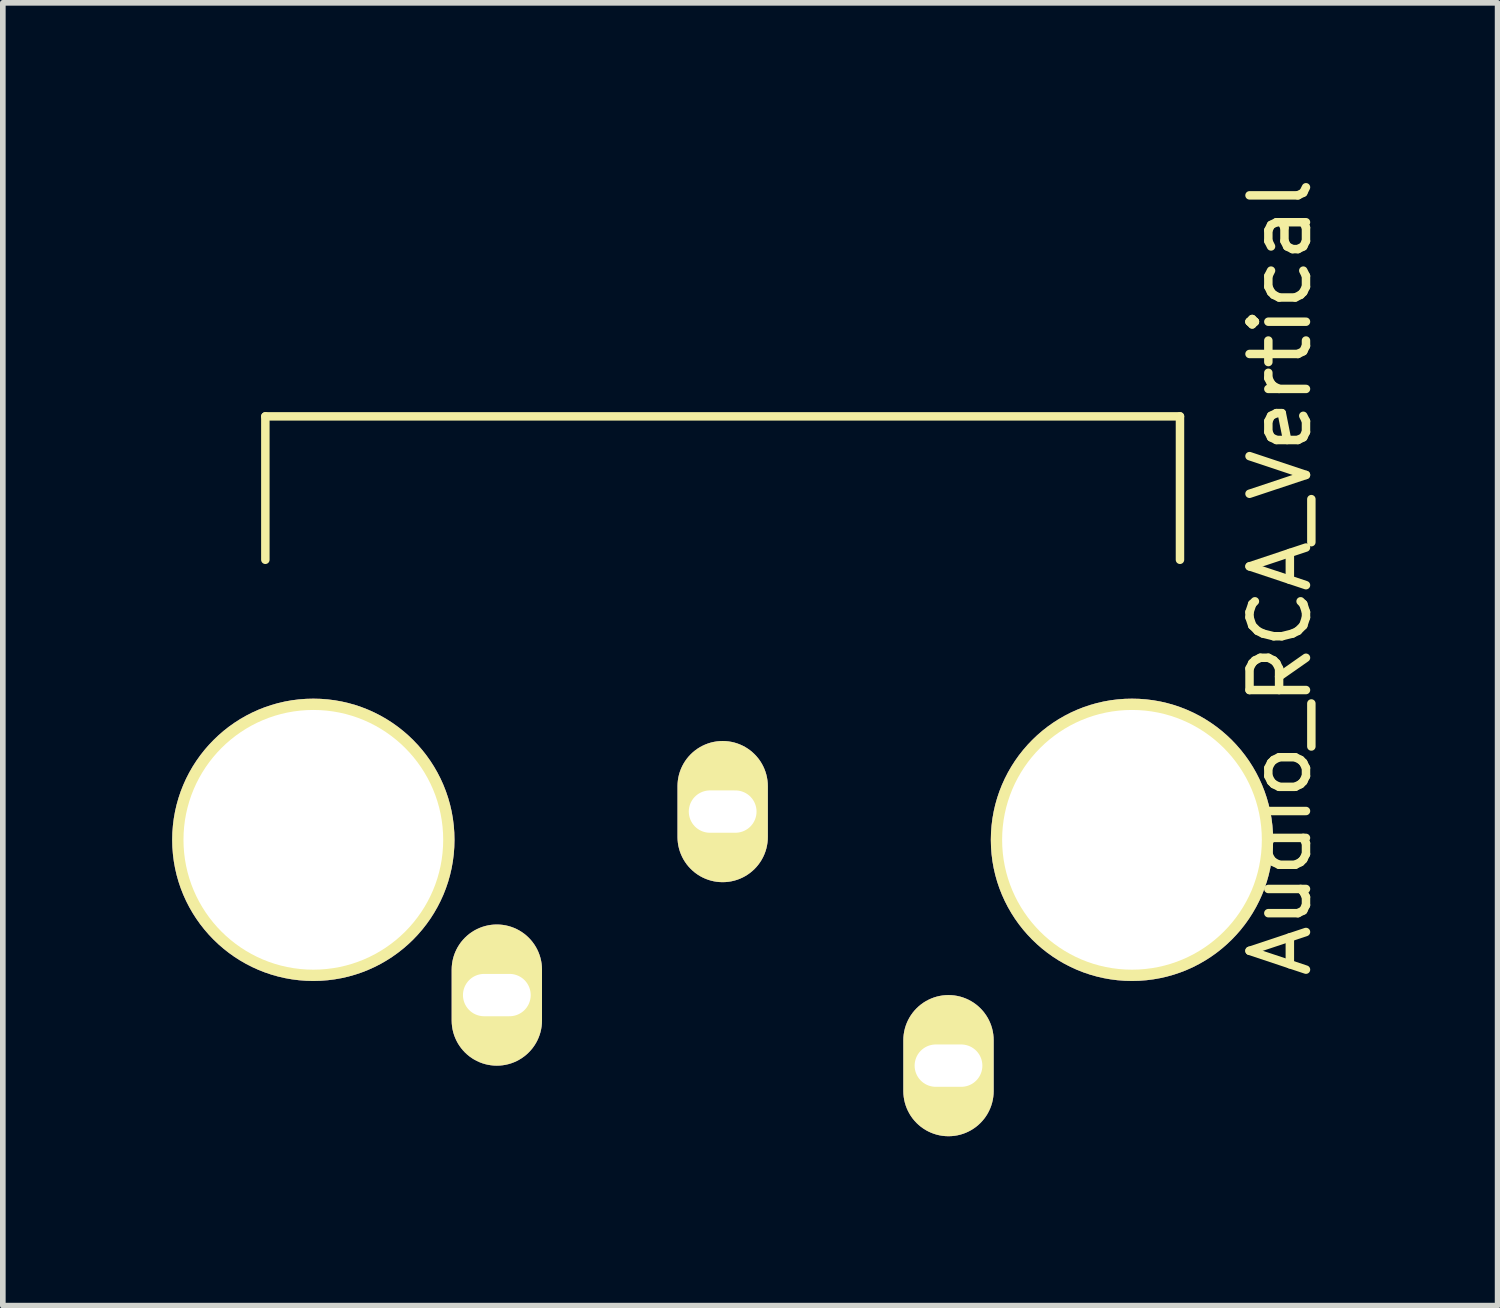
<source format=kicad_pcb>
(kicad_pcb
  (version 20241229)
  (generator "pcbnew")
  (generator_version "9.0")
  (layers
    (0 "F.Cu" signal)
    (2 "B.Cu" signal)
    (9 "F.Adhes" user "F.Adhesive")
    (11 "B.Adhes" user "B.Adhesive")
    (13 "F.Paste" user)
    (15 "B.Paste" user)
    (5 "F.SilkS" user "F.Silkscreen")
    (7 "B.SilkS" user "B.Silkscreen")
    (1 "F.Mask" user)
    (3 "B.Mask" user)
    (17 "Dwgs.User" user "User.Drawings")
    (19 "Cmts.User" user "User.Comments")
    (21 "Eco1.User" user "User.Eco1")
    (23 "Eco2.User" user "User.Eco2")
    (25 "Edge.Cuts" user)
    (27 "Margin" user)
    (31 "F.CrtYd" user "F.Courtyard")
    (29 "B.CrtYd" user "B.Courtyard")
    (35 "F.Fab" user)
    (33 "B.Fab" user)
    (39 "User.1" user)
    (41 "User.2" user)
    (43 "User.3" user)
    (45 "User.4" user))
  (footprint "Audio_RCA_Vertical"
    (layer "F.Cu")
    (at 1.65 4.325)
    (property "Reference" "Audio_RCA_Vertical" (at 17.977 2.847 90) (layer "F.SilkS") (effects (font (size 1 1) (thickness 0.15))))
    (attr through_hole)
    (fp_line (start 0 0) (end 0 2.54) (stroke (width 0.15) (type solid)) (layer "F.SilkS"))
    (fp_line (start 0 0) (end 16.2 0) (stroke (width 0.15) (type solid)) (layer "F.SilkS"))
    (fp_line (start 16.2 0) (end 16.2 2.54) (stroke (width 0.15) (type solid)) (layer "F.SilkS"))
    (pad "0" thru_hole oval (at 0.85 7.5) (size 5 5) (drill oval 4.6) (layers "*.Cu" "*.Mask" "F.SilkS"))
    (pad "0" thru_hole oval (at 15.35 7.5) (size 5 5) (drill oval 4.6) (layers "*.Cu" "*.Mask" "F.SilkS"))
    (pad "1" thru_hole oval (at 8.1 7) (size 1.6 2.5) (drill oval 1.2 0.75) (layers "*.Cu" "*.Mask" "F.SilkS"))
    (pad "2" thru_hole oval (at 4.1 10.25) (size 1.6 2.5) (drill oval 1.2 0.75) (layers "*.Cu" "*.Mask" "F.SilkS"))
    (pad "3" thru_hole oval (at 12.1 11.5) (size 1.6 2.5) (drill oval 1.2 0.75) (layers "*.Cu" "*.Mask" "F.SilkS")))
  (gr_rect
    (start -3 -3)
    (end 23.476 20.075)
    (stroke (width 0.1) (type default))
    (fill no)
    (layer "Edge.Cuts")))
</source>
